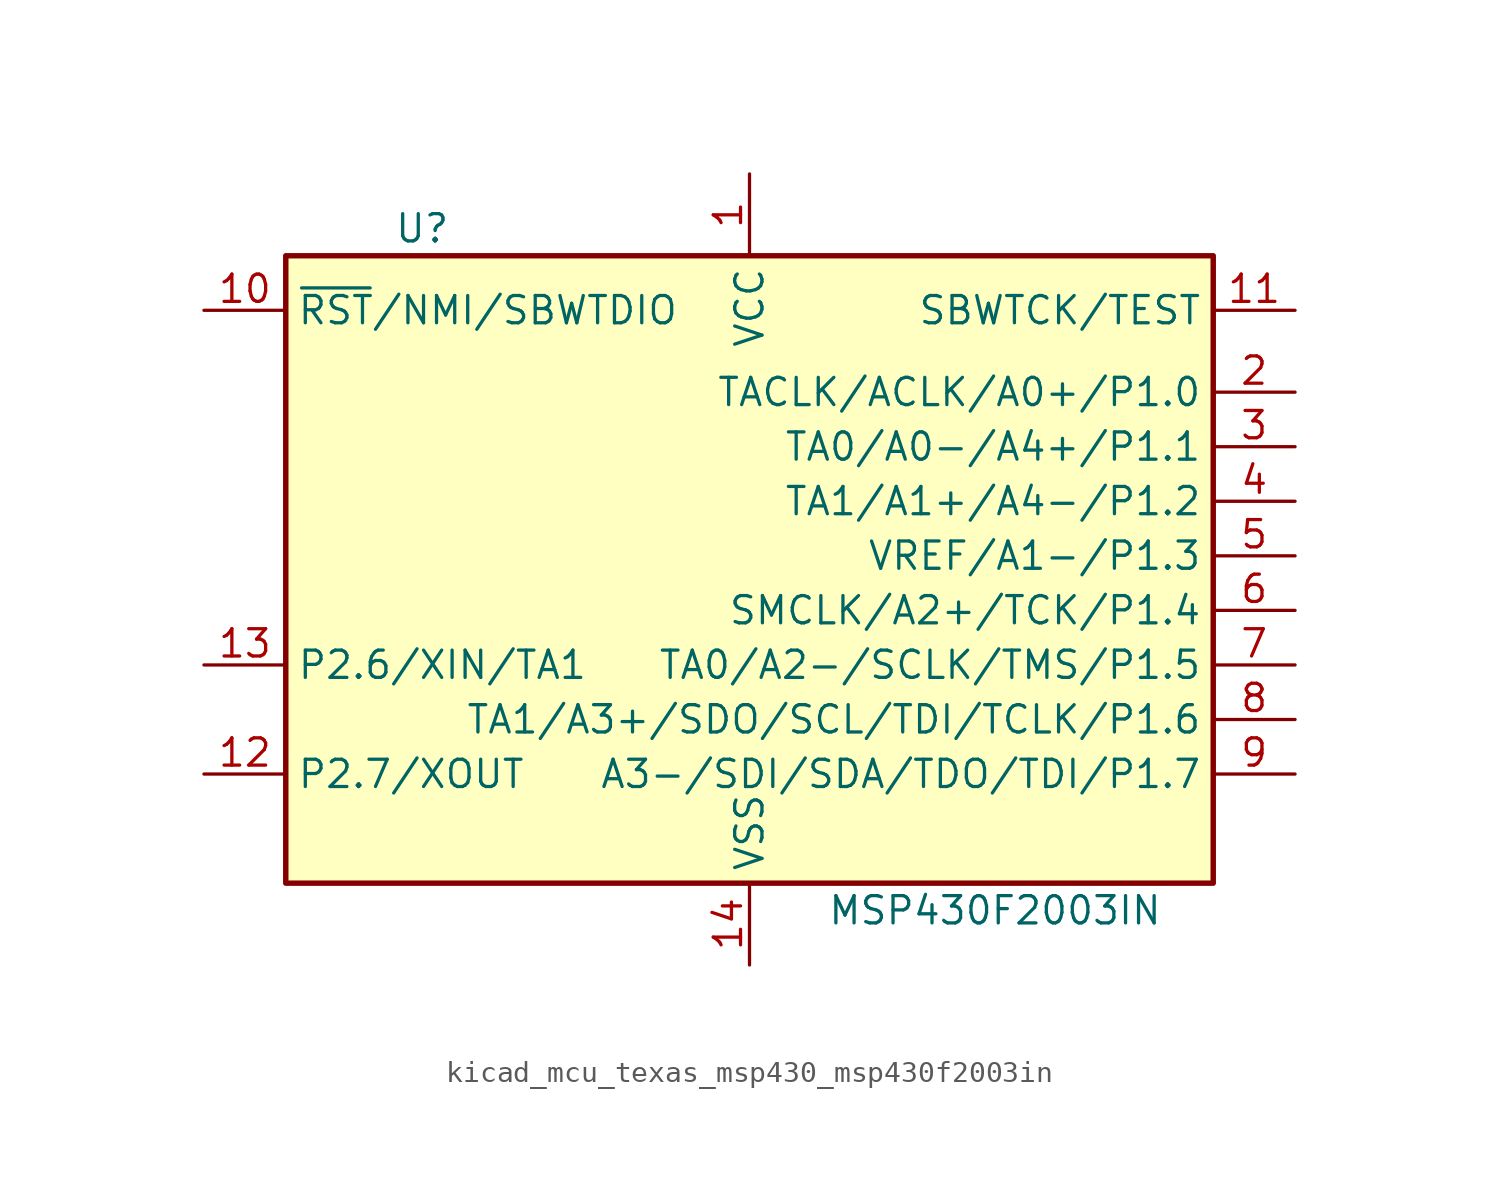
<source format=kicad_sym>
(kicad_symbol_lib
  (version 20220914)
  (generator kicad_symbol_editor)
  (symbol "kicad_mcu_texas_msp430_msp430f2003in"
    (property "Reference" "U"
      (at -15.24 15.24 0)
      (effects (font (size 1.27 1.27))))
    (property "Value" "MSP430F2003IN"
      (at 11.43 -16.51 0)
      (effects (font (size 1.27 1.27))))
    (symbol "kicad_mcu_texas_msp430_msp430f2003in_0_1"
      (rectangle (start -21.59 13.97) (end 21.59 -15.24) (stroke (width 0.254) (type default)) (fill (type background))))
    (symbol "kicad_mcu_texas_msp430_msp430f2003in_1_1"
      (pin power_in line (at 0 17.78 270) (length 3.81) (name "VCC" (effects (font (size 1.27 1.27)))) (number "1" (effects (font (size 1.27 1.27)))))
      (pin input line (at -25.4 11.43 0) (length 3.81) (name "~{RST}/NMI/SBWTDIO" (effects (font (size 1.27 1.27)))) (number "10" (effects (font (size 1.27 1.27)))))
      (pin input line (at 25.4 11.43 180) (length 3.81) (name "SBWTCK/TEST" (effects (font (size 1.27 1.27)))) (number "11" (effects (font (size 1.27 1.27)))))
      (pin bidirectional line (at -25.4 -10.16 0) (length 3.81) (name "P2.7/XOUT" (effects (font (size 1.27 1.27)))) (number "12" (effects (font (size 1.27 1.27)))))
      (pin bidirectional line (at -25.4 -5.08 0) (length 3.81) (name "P2.6/XIN/TA1" (effects (font (size 1.27 1.27)))) (number "13" (effects (font (size 1.27 1.27)))))
      (pin power_in line (at 0 -19.05 90) (length 3.81) (name "VSS" (effects (font (size 1.27 1.27)))) (number "14" (effects (font (size 1.27 1.27)))))
      (pin bidirectional line (at 25.4 7.62 180) (length 3.81) (name "TACLK/ACLK/A0+/P1.0" (effects (font (size 1.27 1.27)))) (number "2" (effects (font (size 1.27 1.27)))))
      (pin bidirectional line (at 25.4 5.08 180) (length 3.81) (name "TA0/A0-/A4+/P1.1" (effects (font (size 1.27 1.27)))) (number "3" (effects (font (size 1.27 1.27)))))
      (pin bidirectional line (at 25.4 2.54 180) (length 3.81) (name "TA1/A1+/A4-/P1.2" (effects (font (size 1.27 1.27)))) (number "4" (effects (font (size 1.27 1.27)))))
      (pin bidirectional line (at 25.4 0 180) (length 3.81) (name "VREF/A1-/P1.3" (effects (font (size 1.27 1.27)))) (number "5" (effects (font (size 1.27 1.27)))))
      (pin bidirectional line (at 25.4 -2.54 180) (length 3.81) (name "SMCLK/A2+/TCK/P1.4" (effects (font (size 1.27 1.27)))) (number "6" (effects (font (size 1.27 1.27)))))
      (pin bidirectional line (at 25.4 -5.08 180) (length 3.81) (name "TA0/A2-/SCLK/TMS/P1.5" (effects (font (size 1.27 1.27)))) (number "7" (effects (font (size 1.27 1.27)))))
      (pin bidirectional line (at 25.4 -7.62 180) (length 3.81) (name "TA1/A3+/SDO/SCL/TDI/TCLK/P1.6" (effects (font (size 1.27 1.27)))) (number "8" (effects (font (size 1.27 1.27)))))
      (pin bidirectional line (at 25.4 -10.16 180) (length 3.81) (name "A3-/SDI/SDA/TDO/TDI/P1.7" (effects (font (size 1.27 1.27)))) (number "9" (effects (font (size 1.27 1.27))))))))
</source>
